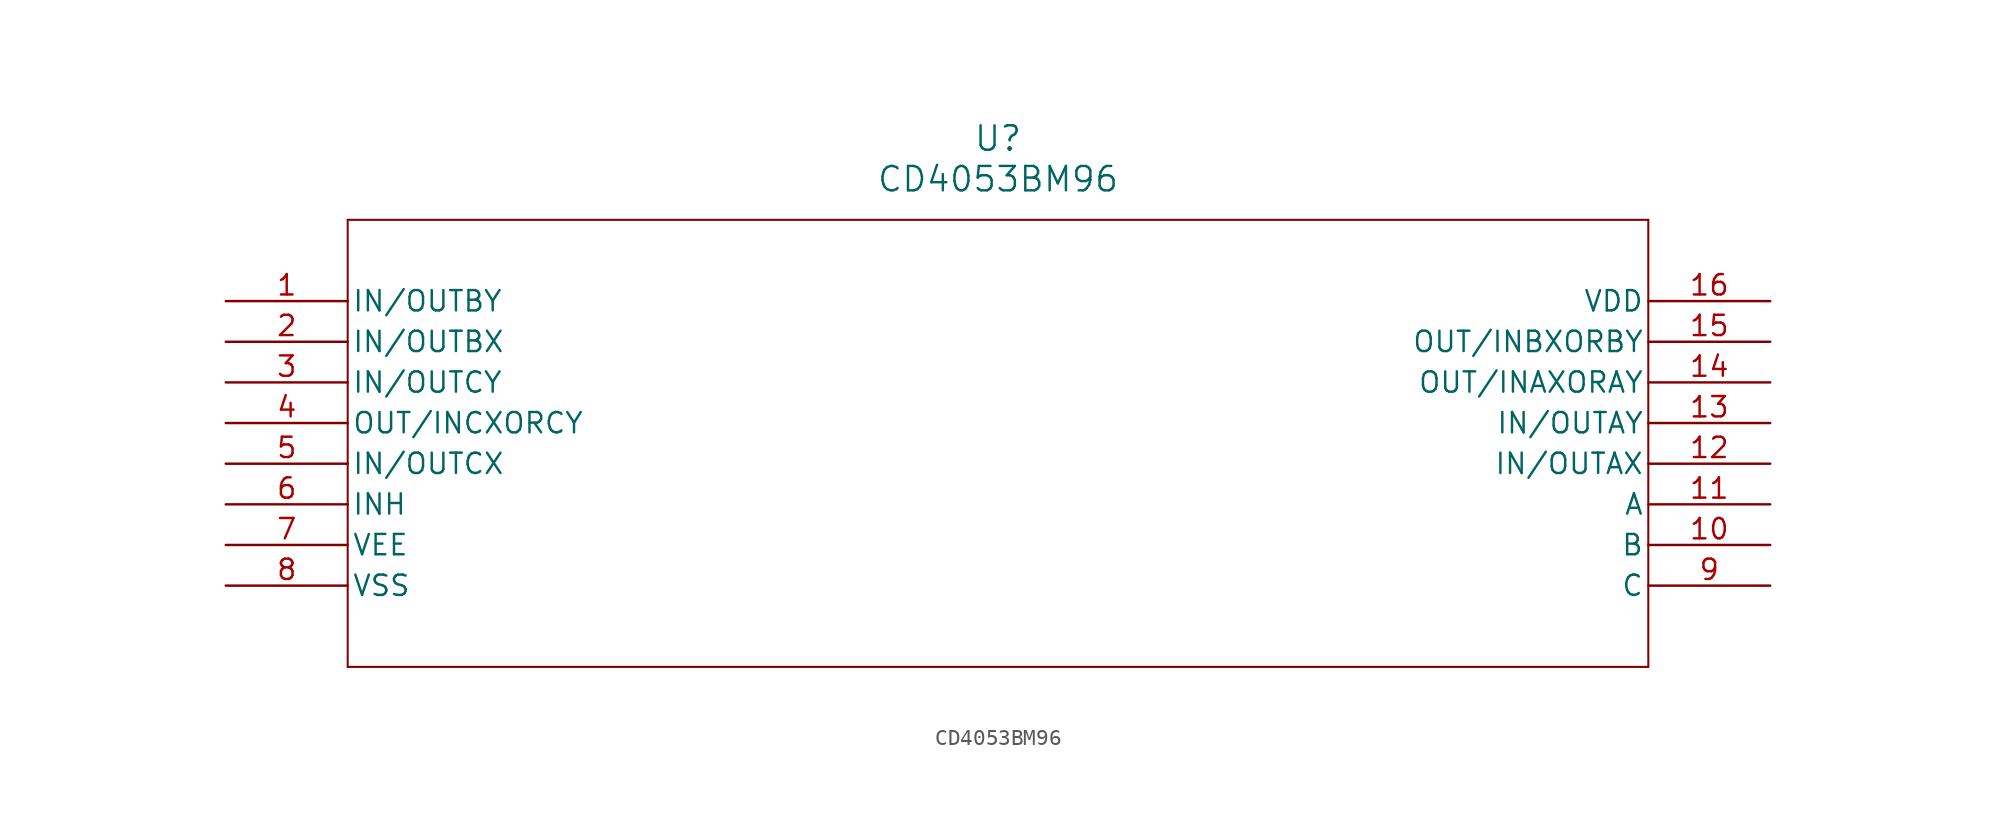
<source format=kicad_sym>
(kicad_symbol_lib
  (version 20211014)
  (generator kicad_symbol_editor)
  (symbol "CD4053BM96"
    (pin_names
      (offset 0.254))
    (property "Reference" "U"
      (at 48.26 10.16 0)
      (effects (font (size 1.524 1.524))))
    (property "Value" "CD4053BM96"
      (at 48.26 7.62 0)
      (effects (font (size 1.524 1.524))))
    (symbol "CD4053BM96_0_1"
      (polyline (pts (xy 7.62 5.08) (xy 7.62 -22.86)) (stroke (width 0.127) (type default) (color 0 0 0 0)) (fill (type none)))
      (polyline (pts (xy 7.62 -22.86) (xy 88.9 -22.86)) (stroke (width 0.127) (type default) (color 0 0 0 0)) (fill (type none)))
      (polyline (pts (xy 88.9 -22.86) (xy 88.9 5.08)) (stroke (width 0.127) (type default) (color 0 0 0 0)) (fill (type none)))
      (polyline (pts (xy 88.9 5.08) (xy 7.62 5.08)) (stroke (width 0.127) (type default) (color 0 0 0 0)) (fill (type none)))
      (pin bidirectional line (at 0 0 0) (length 7.62) (name "IN/OUTBY" (effects (font (size 1.27 1.27)))) (number "1" (effects (font (size 1.27 1.27)))))
      (pin bidirectional line (at 0 -2.54 0) (length 7.62) (name "IN/OUTBX" (effects (font (size 1.27 1.27)))) (number "2" (effects (font (size 1.27 1.27)))))
      (pin bidirectional line (at 0 -5.08 0) (length 7.62) (name "IN/OUTCY" (effects (font (size 1.27 1.27)))) (number "3" (effects (font (size 1.27 1.27)))))
      (pin bidirectional line (at 0 -7.62 0) (length 7.62) (name "OUT/INCXORCY" (effects (font (size 1.27 1.27)))) (number "4" (effects (font (size 1.27 1.27)))))
      (pin bidirectional line (at 0 -10.16 0) (length 7.62) (name "IN/OUTCX" (effects (font (size 1.27 1.27)))) (number "5" (effects (font (size 1.27 1.27)))))
      (pin unspecified line (at 0 -12.7 0) (length 7.62) (name "INH" (effects (font (size 1.27 1.27)))) (number "6" (effects (font (size 1.27 1.27)))))
      (pin power_in line (at 0 -15.24 0) (length 7.62) (name "VEE" (effects (font (size 1.27 1.27)))) (number "7" (effects (font (size 1.27 1.27)))))
      (pin power_in line (at 0 -17.78 0) (length 7.62) (name "VSS" (effects (font (size 1.27 1.27)))) (number "8" (effects (font (size 1.27 1.27)))))
      (pin unspecified line (at 96.52 -17.78 180) (length 7.62) (name "C" (effects (font (size 1.27 1.27)))) (number "9" (effects (font (size 1.27 1.27)))))
      (pin unspecified line (at 96.52 -15.24 180) (length 7.62) (name "B" (effects (font (size 1.27 1.27)))) (number "10" (effects (font (size 1.27 1.27)))))
      (pin unspecified line (at 96.52 -12.7 180) (length 7.62) (name "A" (effects (font (size 1.27 1.27)))) (number "11" (effects (font (size 1.27 1.27)))))
      (pin bidirectional line (at 96.52 -10.16 180) (length 7.62) (name "IN/OUTAX" (effects (font (size 1.27 1.27)))) (number "12" (effects (font (size 1.27 1.27)))))
      (pin bidirectional line (at 96.52 -7.62 180) (length 7.62) (name "IN/OUTAY" (effects (font (size 1.27 1.27)))) (number "13" (effects (font (size 1.27 1.27)))))
      (pin bidirectional line (at 96.52 -5.08 180) (length 7.62) (name "OUT/INAXORAY" (effects (font (size 1.27 1.27)))) (number "14" (effects (font (size 1.27 1.27)))))
      (pin bidirectional line (at 96.52 -2.54 180) (length 7.62) (name "OUT/INBXORBY" (effects (font (size 1.27 1.27)))) (number "15" (effects (font (size 1.27 1.27)))))
      (pin power_in line (at 96.52 0 180) (length 7.62) (name "VDD" (effects (font (size 1.27 1.27)))) (number "16" (effects (font (size 1.27 1.27))))))))
</source>
